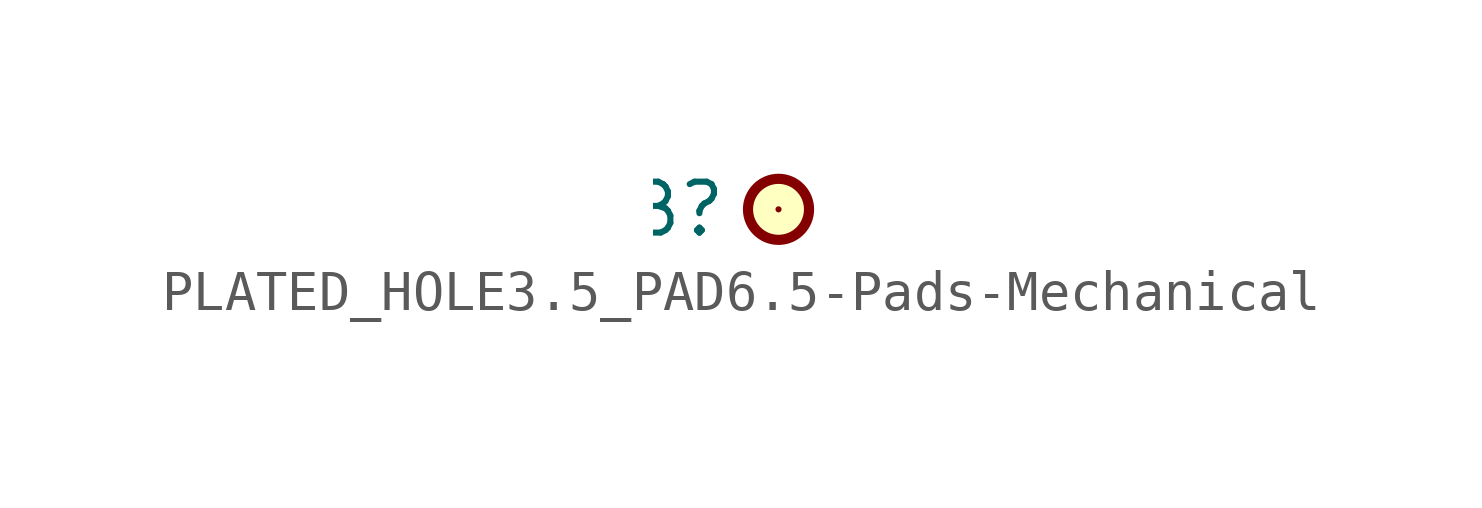
<source format=kicad_sym>
(kicad_symbol_lib
  (version 20200126)
  (host kicad_symbol_editor "(5.99.0-2809-gaceed2b0a4)")
  (symbol "LCD_Board-rescue:PLATED_HOLE3.5_PAD6.5-Pads-Mechanical"
    (pin_names
      (offset 1.27))
    (property "Reference" "B"
      (at -1.27 0 0)
      (effects (font (size 1.27 1.27)) (justify right)))
    (property "ki_locked" ""
      (at 0 0 0)
      (effects (font (size 1.27 1.27))))
    (symbol "PLATED_HOLE3.5_PAD6.5-Pads-Mechanical_0_1"
      (circle (center 0 0) (radius 0.762) (stroke (width 0.254)) (fill (type background)))
      (pin bidirectional line (at 0 0 180) (length 0) (name "1" (effects (font (size 0 0)))) (number "1" (effects (font (size 0 0))))))))
</source>
